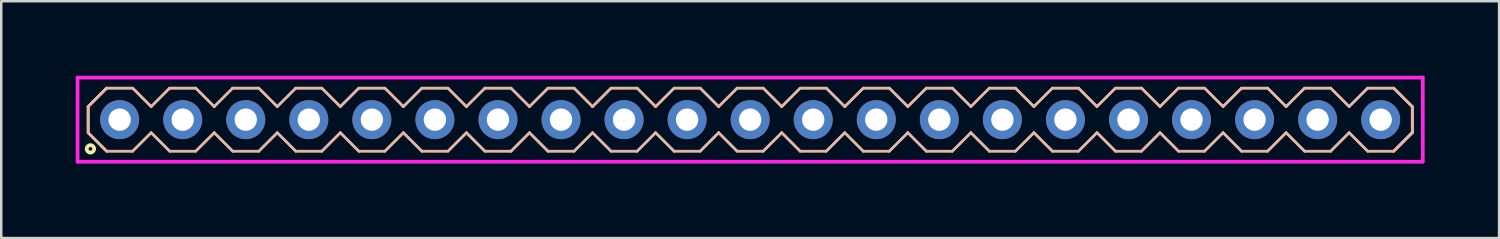
<source format=kicad_pcb>
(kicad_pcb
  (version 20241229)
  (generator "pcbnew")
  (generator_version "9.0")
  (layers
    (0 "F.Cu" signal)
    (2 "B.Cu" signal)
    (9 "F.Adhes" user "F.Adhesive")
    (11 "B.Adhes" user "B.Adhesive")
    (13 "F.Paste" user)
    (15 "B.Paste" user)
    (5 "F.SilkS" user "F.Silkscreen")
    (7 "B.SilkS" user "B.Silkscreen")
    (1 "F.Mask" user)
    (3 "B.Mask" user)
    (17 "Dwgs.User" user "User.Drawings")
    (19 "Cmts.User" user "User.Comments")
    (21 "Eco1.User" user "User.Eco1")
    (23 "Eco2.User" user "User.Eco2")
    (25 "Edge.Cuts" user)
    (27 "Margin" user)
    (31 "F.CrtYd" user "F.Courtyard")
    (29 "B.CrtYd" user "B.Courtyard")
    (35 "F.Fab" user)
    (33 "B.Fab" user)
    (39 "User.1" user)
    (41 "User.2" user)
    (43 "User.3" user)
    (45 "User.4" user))
  (footprint "HDR254P21x1"
    (layer "F.Cu")
    (at 27.17 1.77)
    (property "Reference" "HDR254P21x1" (at 0 0 0) (layer "User.1") (effects (font (size 1 1) (thickness 0.1))))
    (attr through_hole)
    (fp_line (start -26.67 -0.526) (end -25.926 -1.27) (stroke (width 0.1) (type solid)) (layer "F.SilkS"))
    (fp_line (start -26.67 -0.526) (end -25.926 -1.27) (stroke (width 0.1) (type solid)) (layer "F.SilkS"))
    (fp_line (start -26.67 0.526) (end -26.67 -0.526) (stroke (width 0.1) (type solid)) (layer "F.SilkS"))
    (fp_line (start -26.67 0.526) (end -26.67 -0.526) (stroke (width 0.1) (type solid)) (layer "F.SilkS"))
    (fp_line (start -25.926 -1.27) (end -24.874 -1.27) (stroke (width 0.1) (type solid)) (layer "F.SilkS"))
    (fp_line (start -25.926 1.27) (end -26.67 0.526) (stroke (width 0.1) (type solid)) (layer "F.SilkS"))
    (fp_line (start -25.926 1.27) (end -26.67 0.526) (stroke (width 0.1) (type solid)) (layer "F.SilkS"))
    (fp_line (start -24.874 -1.27) (end -24.13 -0.526) (stroke (width 0.1) (type solid)) (layer "F.SilkS"))
    (fp_line (start -24.874 1.27) (end -25.926 1.27) (stroke (width 0.1) (type solid)) (layer "F.SilkS"))
    (fp_line (start -24.13 -0.526) (end -23.386 -1.27) (stroke (width 0.1) (type solid)) (layer "F.SilkS"))
    (fp_line (start -24.13 0.526) (end -24.874 1.27) (stroke (width 0.1) (type solid)) (layer "F.SilkS"))
    (fp_line (start -23.386 -1.27) (end -22.334 -1.27) (stroke (width 0.1) (type solid)) (layer "F.SilkS"))
    (fp_line (start -23.386 1.27) (end -24.13 0.526) (stroke (width 0.1) (type solid)) (layer "F.SilkS"))
    (fp_line (start -22.334 -1.27) (end -21.59 -0.526) (stroke (width 0.1) (type solid)) (layer "F.SilkS"))
    (fp_line (start -22.334 1.27) (end -23.386 1.27) (stroke (width 0.1) (type solid)) (layer "F.SilkS"))
    (fp_line (start -21.59 -0.526) (end -20.846 -1.27) (stroke (width 0.1) (type solid)) (layer "F.SilkS"))
    (fp_line (start -21.59 0.526) (end -22.334 1.27) (stroke (width 0.1) (type solid)) (layer "F.SilkS"))
    (fp_line (start -20.846 -1.27) (end -19.794 -1.27) (stroke (width 0.1) (type solid)) (layer "F.SilkS"))
    (fp_line (start -20.846 1.27) (end -21.59 0.526) (stroke (width 0.1) (type solid)) (layer "F.SilkS"))
    (fp_line (start -19.794 -1.27) (end -19.05 -0.526) (stroke (width 0.1) (type solid)) (layer "F.SilkS"))
    (fp_line (start -19.794 1.27) (end -20.846 1.27) (stroke (width 0.1) (type solid)) (layer "F.SilkS"))
    (fp_line (start -19.05 -0.526) (end -18.306 -1.27) (stroke (width 0.1) (type solid)) (layer "F.SilkS"))
    (fp_line (start -19.05 0.526) (end -19.794 1.27) (stroke (width 0.1) (type solid)) (layer "F.SilkS"))
    (fp_line (start -18.306 -1.27) (end -17.254 -1.27) (stroke (width 0.1) (type solid)) (layer "F.SilkS"))
    (fp_line (start -18.306 1.27) (end -19.05 0.526) (stroke (width 0.1) (type solid)) (layer "F.SilkS"))
    (fp_line (start -17.254 -1.27) (end -16.51 -0.526) (stroke (width 0.1) (type solid)) (layer "F.SilkS"))
    (fp_line (start -17.254 1.27) (end -18.306 1.27) (stroke (width 0.1) (type solid)) (layer "F.SilkS"))
    (fp_line (start -16.51 -0.526) (end -15.766 -1.27) (stroke (width 0.1) (type solid)) (layer "F.SilkS"))
    (fp_line (start -16.51 0.526) (end -17.254 1.27) (stroke (width 0.1) (type solid)) (layer "F.SilkS"))
    (fp_line (start -15.766 -1.27) (end -14.714 -1.27) (stroke (width 0.1) (type solid)) (layer "F.SilkS"))
    (fp_line (start -15.766 1.27) (end -16.51 0.526) (stroke (width 0.1) (type solid)) (layer "F.SilkS"))
    (fp_line (start -14.714 -1.27) (end -13.97 -0.526) (stroke (width 0.1) (type solid)) (layer "F.SilkS"))
    (fp_line (start -14.714 1.27) (end -15.766 1.27) (stroke (width 0.1) (type solid)) (layer "F.SilkS"))
    (fp_line (start -13.97 -0.526) (end -13.226 -1.27) (stroke (width 0.1) (type solid)) (layer "F.SilkS"))
    (fp_line (start -13.97 0.526) (end -14.714 1.27) (stroke (width 0.1) (type solid)) (layer "F.SilkS"))
    (fp_line (start -13.226 -1.27) (end -12.174 -1.27) (stroke (width 0.1) (type solid)) (layer "F.SilkS"))
    (fp_line (start -13.226 1.27) (end -13.97 0.526) (stroke (width 0.1) (type solid)) (layer "F.SilkS"))
    (fp_line (start -12.174 -1.27) (end -11.43 -0.526) (stroke (width 0.1) (type solid)) (layer "F.SilkS"))
    (fp_line (start -12.174 1.27) (end -13.226 1.27) (stroke (width 0.1) (type solid)) (layer "F.SilkS"))
    (fp_line (start -11.43 -0.526) (end -10.686 -1.27) (stroke (width 0.1) (type solid)) (layer "F.SilkS"))
    (fp_line (start -11.43 0.526) (end -12.174 1.27) (stroke (width 0.1) (type solid)) (layer "F.SilkS"))
    (fp_line (start -10.686 -1.27) (end -9.634 -1.27) (stroke (width 0.1) (type solid)) (layer "F.SilkS"))
    (fp_line (start -10.686 1.27) (end -11.43 0.526) (stroke (width 0.1) (type solid)) (layer "F.SilkS"))
    (fp_line (start -9.634 -1.27) (end -8.89 -0.526) (stroke (width 0.1) (type solid)) (layer "F.SilkS"))
    (fp_line (start -9.634 1.27) (end -10.686 1.27) (stroke (width 0.1) (type solid)) (layer "F.SilkS"))
    (fp_line (start -8.89 -0.526) (end -8.146 -1.27) (stroke (width 0.1) (type solid)) (layer "F.SilkS"))
    (fp_line (start -8.89 0.526) (end -9.634 1.27) (stroke (width 0.1) (type solid)) (layer "F.SilkS"))
    (fp_line (start -8.146 -1.27) (end -7.094 -1.27) (stroke (width 0.1) (type solid)) (layer "F.SilkS"))
    (fp_line (start -8.146 1.27) (end -8.89 0.526) (stroke (width 0.1) (type solid)) (layer "F.SilkS"))
    (fp_line (start -7.094 -1.27) (end -6.35 -0.526) (stroke (width 0.1) (type solid)) (layer "F.SilkS"))
    (fp_line (start -7.094 1.27) (end -8.146 1.27) (stroke (width 0.1) (type solid)) (layer "F.SilkS"))
    (fp_line (start -6.35 -0.526) (end -5.606 -1.27) (stroke (width 0.1) (type solid)) (layer "F.SilkS"))
    (fp_line (start -6.35 0.526) (end -7.094 1.27) (stroke (width 0.1) (type solid)) (layer "F.SilkS"))
    (fp_line (start -5.606 -1.27) (end -4.554 -1.27) (stroke (width 0.1) (type solid)) (layer "F.SilkS"))
    (fp_line (start -5.606 1.27) (end -6.35 0.526) (stroke (width 0.1) (type solid)) (layer "F.SilkS"))
    (fp_line (start -4.554 -1.27) (end -3.81 -0.526) (stroke (width 0.1) (type solid)) (layer "F.SilkS"))
    (fp_line (start -4.554 1.27) (end -5.606 1.27) (stroke (width 0.1) (type solid)) (layer "F.SilkS"))
    (fp_line (start -3.81 -0.526) (end -3.066 -1.27) (stroke (width 0.1) (type solid)) (layer "F.SilkS"))
    (fp_line (start -3.81 0.526) (end -4.554 1.27) (stroke (width 0.1) (type solid)) (layer "F.SilkS"))
    (fp_line (start -3.066 -1.27) (end -2.014 -1.27) (stroke (width 0.1) (type solid)) (layer "F.SilkS"))
    (fp_line (start -3.066 1.27) (end -3.81 0.526) (stroke (width 0.1) (type solid)) (layer "F.SilkS"))
    (fp_line (start -2.014 -1.27) (end -1.27 -0.526) (stroke (width 0.1) (type solid)) (layer "F.SilkS"))
    (fp_line (start -2.014 1.27) (end -3.066 1.27) (stroke (width 0.1) (type solid)) (layer "F.SilkS"))
    (fp_line (start -1.27 -0.526) (end -0.526 -1.27) (stroke (width 0.1) (type solid)) (layer "F.SilkS"))
    (fp_line (start -1.27 0.526) (end -2.014 1.27) (stroke (width 0.1) (type solid)) (layer "F.SilkS"))
    (fp_line (start -0.526 -1.27) (end 0.526 -1.27) (stroke (width 0.1) (type solid)) (layer "F.SilkS"))
    (fp_line (start -0.526 1.27) (end -1.27 0.526) (stroke (width 0.1) (type solid)) (layer "F.SilkS"))
    (fp_line (start 0.526 -1.27) (end 1.27 -0.526) (stroke (width 0.1) (type solid)) (layer "F.SilkS"))
    (fp_line (start 0.526 1.27) (end -0.526 1.27) (stroke (width 0.1) (type solid)) (layer "F.SilkS"))
    (fp_line (start 1.27 -0.526) (end 2.014 -1.27) (stroke (width 0.1) (type solid)) (layer "F.SilkS"))
    (fp_line (start 1.27 0.526) (end 0.526 1.27) (stroke (width 0.1) (type solid)) (layer "F.SilkS"))
    (fp_line (start 2.014 -1.27) (end 3.066 -1.27) (stroke (width 0.1) (type solid)) (layer "F.SilkS"))
    (fp_line (start 2.014 1.27) (end 1.27 0.526) (stroke (width 0.1) (type solid)) (layer "F.SilkS"))
    (fp_line (start 3.066 -1.27) (end 3.81 -0.526) (stroke (width 0.1) (type solid)) (layer "F.SilkS"))
    (fp_line (start 3.066 1.27) (end 2.014 1.27) (stroke (width 0.1) (type solid)) (layer "F.SilkS"))
    (fp_line (start 3.81 -0.526) (end 4.554 -1.27) (stroke (width 0.1) (type solid)) (layer "F.SilkS"))
    (fp_line (start 3.81 0.526) (end 3.066 1.27) (stroke (width 0.1) (type solid)) (layer "F.SilkS"))
    (fp_line (start 4.554 -1.27) (end 5.606 -1.27) (stroke (width 0.1) (type solid)) (layer "F.SilkS"))
    (fp_line (start 4.554 1.27) (end 3.81 0.526) (stroke (width 0.1) (type solid)) (layer "F.SilkS"))
    (fp_line (start 5.606 -1.27) (end 6.35 -0.526) (stroke (width 0.1) (type solid)) (layer "F.SilkS"))
    (fp_line (start 5.606 1.27) (end 4.554 1.27) (stroke (width 0.1) (type solid)) (layer "F.SilkS"))
    (fp_line (start 6.35 -0.526) (end 7.094 -1.27) (stroke (width 0.1) (type solid)) (layer "F.SilkS"))
    (fp_line (start 6.35 0.526) (end 5.606 1.27) (stroke (width 0.1) (type solid)) (layer "F.SilkS"))
    (fp_line (start 7.094 -1.27) (end 8.146 -1.27) (stroke (width 0.1) (type solid)) (layer "F.SilkS"))
    (fp_line (start 7.094 1.27) (end 6.35 0.526) (stroke (width 0.1) (type solid)) (layer "F.SilkS"))
    (fp_line (start 8.146 -1.27) (end 8.89 -0.526) (stroke (width 0.1) (type solid)) (layer "F.SilkS"))
    (fp_line (start 8.146 1.27) (end 7.094 1.27) (stroke (width 0.1) (type solid)) (layer "F.SilkS"))
    (fp_line (start 8.89 -0.526) (end 9.634 -1.27) (stroke (width 0.1) (type solid)) (layer "F.SilkS"))
    (fp_line (start 8.89 0.526) (end 8.146 1.27) (stroke (width 0.1) (type solid)) (layer "F.SilkS"))
    (fp_line (start 9.634 -1.27) (end 10.686 -1.27) (stroke (width 0.1) (type solid)) (layer "F.SilkS"))
    (fp_line (start 9.634 1.27) (end 8.89 0.526) (stroke (width 0.1) (type solid)) (layer "F.SilkS"))
    (fp_line (start 10.686 -1.27) (end 11.43 -0.526) (stroke (width 0.1) (type solid)) (layer "F.SilkS"))
    (fp_line (start 10.686 1.27) (end 9.634 1.27) (stroke (width 0.1) (type solid)) (layer "F.SilkS"))
    (fp_line (start 11.43 -0.526) (end 12.174 -1.27) (stroke (width 0.1) (type solid)) (layer "F.SilkS"))
    (fp_line (start 11.43 0.526) (end 10.686 1.27) (stroke (width 0.1) (type solid)) (layer "F.SilkS"))
    (fp_line (start 12.174 -1.27) (end 13.226 -1.27) (stroke (width 0.1) (type solid)) (layer "F.SilkS"))
    (fp_line (start 12.174 1.27) (end 11.43 0.526) (stroke (width 0.1) (type solid)) (layer "F.SilkS"))
    (fp_line (start 13.226 -1.27) (end 13.97 -0.526) (stroke (width 0.1) (type solid)) (layer "F.SilkS"))
    (fp_line (start 13.226 1.27) (end 12.174 1.27) (stroke (width 0.1) (type solid)) (layer "F.SilkS"))
    (fp_line (start 13.97 -0.526) (end 14.714 -1.27) (stroke (width 0.1) (type solid)) (layer "F.SilkS"))
    (fp_line (start 13.97 0.526) (end 13.226 1.27) (stroke (width 0.1) (type solid)) (layer "F.SilkS"))
    (fp_line (start 14.714 -1.27) (end 15.766 -1.27) (stroke (width 0.1) (type solid)) (layer "F.SilkS"))
    (fp_line (start 14.714 1.27) (end 13.97 0.526) (stroke (width 0.1) (type solid)) (layer "F.SilkS"))
    (fp_line (start 15.766 -1.27) (end 16.51 -0.526) (stroke (width 0.1) (type solid)) (layer "F.SilkS"))
    (fp_line (start 15.766 1.27) (end 14.714 1.27) (stroke (width 0.1) (type solid)) (layer "F.SilkS"))
    (fp_line (start 16.51 -0.526) (end 17.254 -1.27) (stroke (width 0.1) (type solid)) (layer "F.SilkS"))
    (fp_line (start 16.51 0.526) (end 15.766 1.27) (stroke (width 0.1) (type solid)) (layer "F.SilkS"))
    (fp_line (start 17.254 -1.27) (end 18.306 -1.27) (stroke (width 0.1) (type solid)) (layer "F.SilkS"))
    (fp_line (start 17.254 1.27) (end 16.51 0.526) (stroke (width 0.1) (type solid)) (layer "F.SilkS"))
    (fp_line (start 18.306 -1.27) (end 19.05 -0.526) (stroke (width 0.1) (type solid)) (layer "F.SilkS"))
    (fp_line (start 18.306 1.27) (end 17.254 1.27) (stroke (width 0.1) (type solid)) (layer "F.SilkS"))
    (fp_line (start 19.05 -0.526) (end 19.794 -1.27) (stroke (width 0.1) (type solid)) (layer "F.SilkS"))
    (fp_line (start 19.05 0.526) (end 18.306 1.27) (stroke (width 0.1) (type solid)) (layer "F.SilkS"))
    (fp_line (start 19.794 -1.27) (end 20.846 -1.27) (stroke (width 0.1) (type solid)) (layer "F.SilkS"))
    (fp_line (start 19.794 1.27) (end 19.05 0.526) (stroke (width 0.1) (type solid)) (layer "F.SilkS"))
    (fp_line (start 20.846 -1.27) (end 21.59 -0.526) (stroke (width 0.1) (type solid)) (layer "F.SilkS"))
    (fp_line (start 20.846 1.27) (end 19.794 1.27) (stroke (width 0.1) (type solid)) (layer "F.SilkS"))
    (fp_line (start 21.59 -0.526) (end 22.334 -1.27) (stroke (width 0.1) (type solid)) (layer "F.SilkS"))
    (fp_line (start 21.59 0.526) (end 20.846 1.27) (stroke (width 0.1) (type solid)) (layer "F.SilkS"))
    (fp_line (start 22.334 -1.27) (end 23.386 -1.27) (stroke (width 0.1) (type solid)) (layer "F.SilkS"))
    (fp_line (start 22.334 1.27) (end 21.59 0.526) (stroke (width 0.1) (type solid)) (layer "F.SilkS"))
    (fp_line (start 23.386 -1.27) (end 24.13 -0.526) (stroke (width 0.1) (type solid)) (layer "F.SilkS"))
    (fp_line (start 23.386 1.27) (end 22.334 1.27) (stroke (width 0.1) (type solid)) (layer "F.SilkS"))
    (fp_line (start 24.13 -0.526) (end 24.874 -1.27) (stroke (width 0.1) (type solid)) (layer "F.SilkS"))
    (fp_line (start 24.13 0.526) (end 23.386 1.27) (stroke (width 0.1) (type solid)) (layer "F.SilkS"))
    (fp_line (start 24.874 -1.27) (end 25.926 -1.27) (stroke (width 0.1) (type solid)) (layer "F.SilkS"))
    (fp_line (start 24.874 1.27) (end 24.13 0.526) (stroke (width 0.1) (type solid)) (layer "F.SilkS"))
    (fp_line (start 25.926 -1.27) (end 26.67 -0.526) (stroke (width 0.1) (type solid)) (layer "F.SilkS"))
    (fp_line (start 25.926 -1.27) (end 26.67 -0.526) (stroke (width 0.1) (type solid)) (layer "F.SilkS"))
    (fp_line (start 25.926 1.27) (end 24.874 1.27) (stroke (width 0.1) (type solid)) (layer "F.SilkS"))
    (fp_line (start 26.67 -0.526) (end 26.67 0.526) (stroke (width 0.1) (type solid)) (layer "F.SilkS"))
    (fp_line (start 26.67 -0.526) (end 26.67 0.526) (stroke (width 0.1) (type solid)) (layer "F.SilkS"))
    (fp_line (start 26.67 0.526) (end 25.926 1.27) (stroke (width 0.1) (type solid)) (layer "F.SilkS"))
    (fp_line (start 26.67 0.526) (end 25.926 1.27) (stroke (width 0.1) (type solid)) (layer "F.SilkS"))
    (fp_circle (center -26.577 1.177) (end -26.427 1.177) (stroke (width 0.15) (type solid)) (fill no) (layer "F.SilkS"))
    (fp_line (start -26.67 -0.526) (end -25.926 -1.27) (stroke (width 0.1) (type solid)) (layer "B.SilkS"))
    (fp_line (start -26.67 -0.526) (end -25.926 -1.27) (stroke (width 0.1) (type solid)) (layer "B.SilkS"))
    (fp_line (start -26.67 0.526) (end -26.67 -0.526) (stroke (width 0.1) (type solid)) (layer "B.SilkS"))
    (fp_line (start -26.67 0.526) (end -26.67 -0.526) (stroke (width 0.1) (type solid)) (layer "B.SilkS"))
    (fp_line (start -25.926 -1.27) (end -24.874 -1.27) (stroke (width 0.1) (type solid)) (layer "B.SilkS"))
    (fp_line (start -25.926 1.27) (end -26.67 0.526) (stroke (width 0.1) (type solid)) (layer "B.SilkS"))
    (fp_line (start -25.926 1.27) (end -26.67 0.526) (stroke (width 0.1) (type solid)) (layer "B.SilkS"))
    (fp_line (start -24.874 -1.27) (end -24.13 -0.526) (stroke (width 0.1) (type solid)) (layer "B.SilkS"))
    (fp_line (start -24.874 1.27) (end -25.926 1.27) (stroke (width 0.1) (type solid)) (layer "B.SilkS"))
    (fp_line (start -24.13 -0.526) (end -23.386 -1.27) (stroke (width 0.1) (type solid)) (layer "B.SilkS"))
    (fp_line (start -24.13 0.526) (end -24.874 1.27) (stroke (width 0.1) (type solid)) (layer "B.SilkS"))
    (fp_line (start -23.386 -1.27) (end -22.334 -1.27) (stroke (width 0.1) (type solid)) (layer "B.SilkS"))
    (fp_line (start -23.386 1.27) (end -24.13 0.526) (stroke (width 0.1) (type solid)) (layer "B.SilkS"))
    (fp_line (start -22.334 -1.27) (end -21.59 -0.526) (stroke (width 0.1) (type solid)) (layer "B.SilkS"))
    (fp_line (start -22.334 1.27) (end -23.386 1.27) (stroke (width 0.1) (type solid)) (layer "B.SilkS"))
    (fp_line (start -21.59 -0.526) (end -20.846 -1.27) (stroke (width 0.1) (type solid)) (layer "B.SilkS"))
    (fp_line (start -21.59 0.526) (end -22.334 1.27) (stroke (width 0.1) (type solid)) (layer "B.SilkS"))
    (fp_line (start -20.846 -1.27) (end -19.794 -1.27) (stroke (width 0.1) (type solid)) (layer "B.SilkS"))
    (fp_line (start -20.846 1.27) (end -21.59 0.526) (stroke (width 0.1) (type solid)) (layer "B.SilkS"))
    (fp_line (start -19.794 -1.27) (end -19.05 -0.526) (stroke (width 0.1) (type solid)) (layer "B.SilkS"))
    (fp_line (start -19.794 1.27) (end -20.846 1.27) (stroke (width 0.1) (type solid)) (layer "B.SilkS"))
    (fp_line (start -19.05 -0.526) (end -18.306 -1.27) (stroke (width 0.1) (type solid)) (layer "B.SilkS"))
    (fp_line (start -19.05 0.526) (end -19.794 1.27) (stroke (width 0.1) (type solid)) (layer "B.SilkS"))
    (fp_line (start -18.306 -1.27) (end -17.254 -1.27) (stroke (width 0.1) (type solid)) (layer "B.SilkS"))
    (fp_line (start -18.306 1.27) (end -19.05 0.526) (stroke (width 0.1) (type solid)) (layer "B.SilkS"))
    (fp_line (start -17.254 -1.27) (end -16.51 -0.526) (stroke (width 0.1) (type solid)) (layer "B.SilkS"))
    (fp_line (start -17.254 1.27) (end -18.306 1.27) (stroke (width 0.1) (type solid)) (layer "B.SilkS"))
    (fp_line (start -16.51 -0.526) (end -15.766 -1.27) (stroke (width 0.1) (type solid)) (layer "B.SilkS"))
    (fp_line (start -16.51 0.526) (end -17.254 1.27) (stroke (width 0.1) (type solid)) (layer "B.SilkS"))
    (fp_line (start -15.766 -1.27) (end -14.714 -1.27) (stroke (width 0.1) (type solid)) (layer "B.SilkS"))
    (fp_line (start -15.766 1.27) (end -16.51 0.526) (stroke (width 0.1) (type solid)) (layer "B.SilkS"))
    (fp_line (start -14.714 -1.27) (end -13.97 -0.526) (stroke (width 0.1) (type solid)) (layer "B.SilkS"))
    (fp_line (start -14.714 1.27) (end -15.766 1.27) (stroke (width 0.1) (type solid)) (layer "B.SilkS"))
    (fp_line (start -13.97 -0.526) (end -13.226 -1.27) (stroke (width 0.1) (type solid)) (layer "B.SilkS"))
    (fp_line (start -13.97 0.526) (end -14.714 1.27) (stroke (width 0.1) (type solid)) (layer "B.SilkS"))
    (fp_line (start -13.226 -1.27) (end -12.174 -1.27) (stroke (width 0.1) (type solid)) (layer "B.SilkS"))
    (fp_line (start -13.226 1.27) (end -13.97 0.526) (stroke (width 0.1) (type solid)) (layer "B.SilkS"))
    (fp_line (start -12.174 -1.27) (end -11.43 -0.526) (stroke (width 0.1) (type solid)) (layer "B.SilkS"))
    (fp_line (start -12.174 1.27) (end -13.226 1.27) (stroke (width 0.1) (type solid)) (layer "B.SilkS"))
    (fp_line (start -11.43 -0.526) (end -10.686 -1.27) (stroke (width 0.1) (type solid)) (layer "B.SilkS"))
    (fp_line (start -11.43 0.526) (end -12.174 1.27) (stroke (width 0.1) (type solid)) (layer "B.SilkS"))
    (fp_line (start -10.686 -1.27) (end -9.634 -1.27) (stroke (width 0.1) (type solid)) (layer "B.SilkS"))
    (fp_line (start -10.686 1.27) (end -11.43 0.526) (stroke (width 0.1) (type solid)) (layer "B.SilkS"))
    (fp_line (start -9.634 -1.27) (end -8.89 -0.526) (stroke (width 0.1) (type solid)) (layer "B.SilkS"))
    (fp_line (start -9.634 1.27) (end -10.686 1.27) (stroke (width 0.1) (type solid)) (layer "B.SilkS"))
    (fp_line (start -8.89 -0.526) (end -8.146 -1.27) (stroke (width 0.1) (type solid)) (layer "B.SilkS"))
    (fp_line (start -8.89 0.526) (end -9.634 1.27) (stroke (width 0.1) (type solid)) (layer "B.SilkS"))
    (fp_line (start -8.146 -1.27) (end -7.094 -1.27) (stroke (width 0.1) (type solid)) (layer "B.SilkS"))
    (fp_line (start -8.146 1.27) (end -8.89 0.526) (stroke (width 0.1) (type solid)) (layer "B.SilkS"))
    (fp_line (start -7.094 -1.27) (end -6.35 -0.526) (stroke (width 0.1) (type solid)) (layer "B.SilkS"))
    (fp_line (start -7.094 1.27) (end -8.146 1.27) (stroke (width 0.1) (type solid)) (layer "B.SilkS"))
    (fp_line (start -6.35 -0.526) (end -5.606 -1.27) (stroke (width 0.1) (type solid)) (layer "B.SilkS"))
    (fp_line (start -6.35 0.526) (end -7.094 1.27) (stroke (width 0.1) (type solid)) (layer "B.SilkS"))
    (fp_line (start -5.606 -1.27) (end -4.554 -1.27) (stroke (width 0.1) (type solid)) (layer "B.SilkS"))
    (fp_line (start -5.606 1.27) (end -6.35 0.526) (stroke (width 0.1) (type solid)) (layer "B.SilkS"))
    (fp_line (start -4.554 -1.27) (end -3.81 -0.526) (stroke (width 0.1) (type solid)) (layer "B.SilkS"))
    (fp_line (start -4.554 1.27) (end -5.606 1.27) (stroke (width 0.1) (type solid)) (layer "B.SilkS"))
    (fp_line (start -3.81 -0.526) (end -3.066 -1.27) (stroke (width 0.1) (type solid)) (layer "B.SilkS"))
    (fp_line (start -3.81 0.526) (end -4.554 1.27) (stroke (width 0.1) (type solid)) (layer "B.SilkS"))
    (fp_line (start -3.066 -1.27) (end -2.014 -1.27) (stroke (width 0.1) (type solid)) (layer "B.SilkS"))
    (fp_line (start -3.066 1.27) (end -3.81 0.526) (stroke (width 0.1) (type solid)) (layer "B.SilkS"))
    (fp_line (start -2.014 -1.27) (end -1.27 -0.526) (stroke (width 0.1) (type solid)) (layer "B.SilkS"))
    (fp_line (start -2.014 1.27) (end -3.066 1.27) (stroke (width 0.1) (type solid)) (layer "B.SilkS"))
    (fp_line (start -1.27 -0.526) (end -0.526 -1.27) (stroke (width 0.1) (type solid)) (layer "B.SilkS"))
    (fp_line (start -1.27 0.526) (end -2.014 1.27) (stroke (width 0.1) (type solid)) (layer "B.SilkS"))
    (fp_line (start -0.526 -1.27) (end 0.526 -1.27) (stroke (width 0.1) (type solid)) (layer "B.SilkS"))
    (fp_line (start -0.526 1.27) (end -1.27 0.526) (stroke (width 0.1) (type solid)) (layer "B.SilkS"))
    (fp_line (start 0.526 -1.27) (end 1.27 -0.526) (stroke (width 0.1) (type solid)) (layer "B.SilkS"))
    (fp_line (start 0.526 1.27) (end -0.526 1.27) (stroke (width 0.1) (type solid)) (layer "B.SilkS"))
    (fp_line (start 1.27 -0.526) (end 2.014 -1.27) (stroke (width 0.1) (type solid)) (layer "B.SilkS"))
    (fp_line (start 1.27 0.526) (end 0.526 1.27) (stroke (width 0.1) (type solid)) (layer "B.SilkS"))
    (fp_line (start 2.014 -1.27) (end 3.066 -1.27) (stroke (width 0.1) (type solid)) (layer "B.SilkS"))
    (fp_line (start 2.014 1.27) (end 1.27 0.526) (stroke (width 0.1) (type solid)) (layer "B.SilkS"))
    (fp_line (start 3.066 -1.27) (end 3.81 -0.526) (stroke (width 0.1) (type solid)) (layer "B.SilkS"))
    (fp_line (start 3.066 1.27) (end 2.014 1.27) (stroke (width 0.1) (type solid)) (layer "B.SilkS"))
    (fp_line (start 3.81 -0.526) (end 4.554 -1.27) (stroke (width 0.1) (type solid)) (layer "B.SilkS"))
    (fp_line (start 3.81 0.526) (end 3.066 1.27) (stroke (width 0.1) (type solid)) (layer "B.SilkS"))
    (fp_line (start 4.554 -1.27) (end 5.606 -1.27) (stroke (width 0.1) (type solid)) (layer "B.SilkS"))
    (fp_line (start 4.554 1.27) (end 3.81 0.526) (stroke (width 0.1) (type solid)) (layer "B.SilkS"))
    (fp_line (start 5.606 -1.27) (end 6.35 -0.526) (stroke (width 0.1) (type solid)) (layer "B.SilkS"))
    (fp_line (start 5.606 1.27) (end 4.554 1.27) (stroke (width 0.1) (type solid)) (layer "B.SilkS"))
    (fp_line (start 6.35 -0.526) (end 7.094 -1.27) (stroke (width 0.1) (type solid)) (layer "B.SilkS"))
    (fp_line (start 6.35 0.526) (end 5.606 1.27) (stroke (width 0.1) (type solid)) (layer "B.SilkS"))
    (fp_line (start 7.094 -1.27) (end 8.146 -1.27) (stroke (width 0.1) (type solid)) (layer "B.SilkS"))
    (fp_line (start 7.094 1.27) (end 6.35 0.526) (stroke (width 0.1) (type solid)) (layer "B.SilkS"))
    (fp_line (start 8.146 -1.27) (end 8.89 -0.526) (stroke (width 0.1) (type solid)) (layer "B.SilkS"))
    (fp_line (start 8.146 1.27) (end 7.094 1.27) (stroke (width 0.1) (type solid)) (layer "B.SilkS"))
    (fp_line (start 8.89 -0.526) (end 9.634 -1.27) (stroke (width 0.1) (type solid)) (layer "B.SilkS"))
    (fp_line (start 8.89 0.526) (end 8.146 1.27) (stroke (width 0.1) (type solid)) (layer "B.SilkS"))
    (fp_line (start 9.634 -1.27) (end 10.686 -1.27) (stroke (width 0.1) (type solid)) (layer "B.SilkS"))
    (fp_line (start 9.634 1.27) (end 8.89 0.526) (stroke (width 0.1) (type solid)) (layer "B.SilkS"))
    (fp_line (start 10.686 -1.27) (end 11.43 -0.526) (stroke (width 0.1) (type solid)) (layer "B.SilkS"))
    (fp_line (start 10.686 1.27) (end 9.634 1.27) (stroke (width 0.1) (type solid)) (layer "B.SilkS"))
    (fp_line (start 11.43 -0.526) (end 12.174 -1.27) (stroke (width 0.1) (type solid)) (layer "B.SilkS"))
    (fp_line (start 11.43 0.526) (end 10.686 1.27) (stroke (width 0.1) (type solid)) (layer "B.SilkS"))
    (fp_line (start 12.174 -1.27) (end 13.226 -1.27) (stroke (width 0.1) (type solid)) (layer "B.SilkS"))
    (fp_line (start 12.174 1.27) (end 11.43 0.526) (stroke (width 0.1) (type solid)) (layer "B.SilkS"))
    (fp_line (start 13.226 -1.27) (end 13.97 -0.526) (stroke (width 0.1) (type solid)) (layer "B.SilkS"))
    (fp_line (start 13.226 1.27) (end 12.174 1.27) (stroke (width 0.1) (type solid)) (layer "B.SilkS"))
    (fp_line (start 13.97 -0.526) (end 14.714 -1.27) (stroke (width 0.1) (type solid)) (layer "B.SilkS"))
    (fp_line (start 13.97 0.526) (end 13.226 1.27) (stroke (width 0.1) (type solid)) (layer "B.SilkS"))
    (fp_line (start 14.714 -1.27) (end 15.766 -1.27) (stroke (width 0.1) (type solid)) (layer "B.SilkS"))
    (fp_line (start 14.714 1.27) (end 13.97 0.526) (stroke (width 0.1) (type solid)) (layer "B.SilkS"))
    (fp_line (start 15.766 -1.27) (end 16.51 -0.526) (stroke (width 0.1) (type solid)) (layer "B.SilkS"))
    (fp_line (start 15.766 1.27) (end 14.714 1.27) (stroke (width 0.1) (type solid)) (layer "B.SilkS"))
    (fp_line (start 16.51 -0.526) (end 17.254 -1.27) (stroke (width 0.1) (type solid)) (layer "B.SilkS"))
    (fp_line (start 16.51 0.526) (end 15.766 1.27) (stroke (width 0.1) (type solid)) (layer "B.SilkS"))
    (fp_line (start 17.254 -1.27) (end 18.306 -1.27) (stroke (width 0.1) (type solid)) (layer "B.SilkS"))
    (fp_line (start 17.254 1.27) (end 16.51 0.526) (stroke (width 0.1) (type solid)) (layer "B.SilkS"))
    (fp_line (start 18.306 -1.27) (end 19.05 -0.526) (stroke (width 0.1) (type solid)) (layer "B.SilkS"))
    (fp_line (start 18.306 1.27) (end 17.254 1.27) (stroke (width 0.1) (type solid)) (layer "B.SilkS"))
    (fp_line (start 19.05 -0.526) (end 19.794 -1.27) (stroke (width 0.1) (type solid)) (layer "B.SilkS"))
    (fp_line (start 19.05 0.526) (end 18.306 1.27) (stroke (width 0.1) (type solid)) (layer "B.SilkS"))
    (fp_line (start 19.794 -1.27) (end 20.846 -1.27) (stroke (width 0.1) (type solid)) (layer "B.SilkS"))
    (fp_line (start 19.794 1.27) (end 19.05 0.526) (stroke (width 0.1) (type solid)) (layer "B.SilkS"))
    (fp_line (start 20.846 -1.27) (end 21.59 -0.526) (stroke (width 0.1) (type solid)) (layer "B.SilkS"))
    (fp_line (start 20.846 1.27) (end 19.794 1.27) (stroke (width 0.1) (type solid)) (layer "B.SilkS"))
    (fp_line (start 21.59 -0.526) (end 22.334 -1.27) (stroke (width 0.1) (type solid)) (layer "B.SilkS"))
    (fp_line (start 21.59 0.526) (end 20.846 1.27) (stroke (width 0.1) (type solid)) (layer "B.SilkS"))
    (fp_line (start 22.334 -1.27) (end 23.386 -1.27) (stroke (width 0.1) (type solid)) (layer "B.SilkS"))
    (fp_line (start 22.334 1.27) (end 21.59 0.526) (stroke (width 0.1) (type solid)) (layer "B.SilkS"))
    (fp_line (start 23.386 -1.27) (end 24.13 -0.526) (stroke (width 0.1) (type solid)) (layer "B.SilkS"))
    (fp_line (start 23.386 1.27) (end 22.334 1.27) (stroke (width 0.1) (type solid)) (layer "B.SilkS"))
    (fp_line (start 24.13 -0.526) (end 24.874 -1.27) (stroke (width 0.1) (type solid)) (layer "B.SilkS"))
    (fp_line (start 24.13 0.526) (end 23.386 1.27) (stroke (width 0.1) (type solid)) (layer "B.SilkS"))
    (fp_line (start 24.874 -1.27) (end 25.926 -1.27) (stroke (width 0.1) (type solid)) (layer "B.SilkS"))
    (fp_line (start 24.874 1.27) (end 24.13 0.526) (stroke (width 0.1) (type solid)) (layer "B.SilkS"))
    (fp_line (start 25.926 -1.27) (end 26.67 -0.526) (stroke (width 0.1) (type solid)) (layer "B.SilkS"))
    (fp_line (start 25.926 -1.27) (end 26.67 -0.526) (stroke (width 0.1) (type solid)) (layer "B.SilkS"))
    (fp_line (start 25.926 1.27) (end 24.874 1.27) (stroke (width 0.1) (type solid)) (layer "B.SilkS"))
    (fp_line (start 26.67 -0.526) (end 26.67 0.526) (stroke (width 0.1) (type solid)) (layer "B.SilkS"))
    (fp_line (start 26.67 -0.526) (end 26.67 0.526) (stroke (width 0.1) (type solid)) (layer "B.SilkS"))
    (fp_line (start 26.67 0.526) (end 25.926 1.27) (stroke (width 0.1) (type solid)) (layer "B.SilkS"))
    (fp_line (start 26.67 0.526) (end 25.926 1.27) (stroke (width 0.1) (type solid)) (layer "B.SilkS"))
    (fp_line (start -27.095 -1.695) (end -27.095 1.695) (stroke (width 0.15) (type solid)) (layer "F.CrtYd"))
    (fp_line (start -27.095 1.695) (end 27.095 1.695) (stroke (width 0.15) (type solid)) (layer "F.CrtYd"))
    (fp_line (start 27.095 -1.695) (end -27.095 -1.695) (stroke (width 0.15) (type solid)) (layer "F.CrtYd"))
    (fp_line (start 27.095 1.695) (end 27.095 -1.695) (stroke (width 0.15) (type solid)) (layer "F.CrtYd"))
    (pad "1" thru_hole oval (at -25.4 0) (size 1.57 1.57) (drill 0.9) (layers "*.Cu" "*.Mask"))
    (pad "2" thru_hole oval (at -22.86 0) (size 1.57 1.57) (drill 0.9) (layers "*.Cu" "*.Mask"))
    (pad "3" thru_hole oval (at -20.32 0) (size 1.57 1.57) (drill 0.9) (layers "*.Cu" "*.Mask"))
    (pad "4" thru_hole oval (at -17.78 0) (size 1.57 1.57) (drill 0.9) (layers "*.Cu" "*.Mask"))
    (pad "5" thru_hole oval (at -15.24 0) (size 1.57 1.57) (drill 0.9) (layers "*.Cu" "*.Mask"))
    (pad "6" thru_hole oval (at -12.7 0) (size 1.57 1.57) (drill 0.9) (layers "*.Cu" "*.Mask"))
    (pad "7" thru_hole oval (at -10.16 0) (size 1.57 1.57) (drill 0.9) (layers "*.Cu" "*.Mask"))
    (pad "8" thru_hole oval (at -7.62 0) (size 1.57 1.57) (drill 0.9) (layers "*.Cu" "*.Mask"))
    (pad "9" thru_hole oval (at -5.08 0) (size 1.57 1.57) (drill 0.9) (layers "*.Cu" "*.Mask"))
    (pad "10" thru_hole oval (at -2.54 0) (size 1.57 1.57) (drill 0.9) (layers "*.Cu" "*.Mask"))
    (pad "11" thru_hole oval (at 0 0) (size 1.57 1.57) (drill 0.9) (layers "*.Cu" "*.Mask"))
    (pad "12" thru_hole oval (at 2.54 0) (size 1.57 1.57) (drill 0.9) (layers "*.Cu" "*.Mask"))
    (pad "13" thru_hole oval (at 5.08 0) (size 1.57 1.57) (drill 0.9) (layers "*.Cu" "*.Mask"))
    (pad "14" thru_hole oval (at 7.62 0) (size 1.57 1.57) (drill 0.9) (layers "*.Cu" "*.Mask"))
    (pad "15" thru_hole oval (at 10.16 0) (size 1.57 1.57) (drill 0.9) (layers "*.Cu" "*.Mask"))
    (pad "16" thru_hole oval (at 12.7 0) (size 1.57 1.57) (drill 0.9) (layers "*.Cu" "*.Mask"))
    (pad "17" thru_hole oval (at 15.24 0) (size 1.57 1.57) (drill 0.9) (layers "*.Cu" "*.Mask"))
    (pad "18" thru_hole oval (at 17.78 0) (size 1.57 1.57) (drill 0.9) (layers "*.Cu" "*.Mask"))
    (pad "19" thru_hole oval (at 20.32 0) (size 1.57 1.57) (drill 0.9) (layers "*.Cu" "*.Mask"))
    (pad "20" thru_hole oval (at 22.86 0) (size 1.57 1.57) (drill 0.9) (layers "*.Cu" "*.Mask"))
    (pad "21" thru_hole oval (at 25.4 0) (size 1.57 1.57) (drill 0.9) (layers "*.Cu" "*.Mask")))
  (gr_rect
    (start -3 -3)
    (end 57.34 6.54)
    (stroke (width 0.1) (type default))
    (fill no)
    (layer "Edge.Cuts")))
</source>
